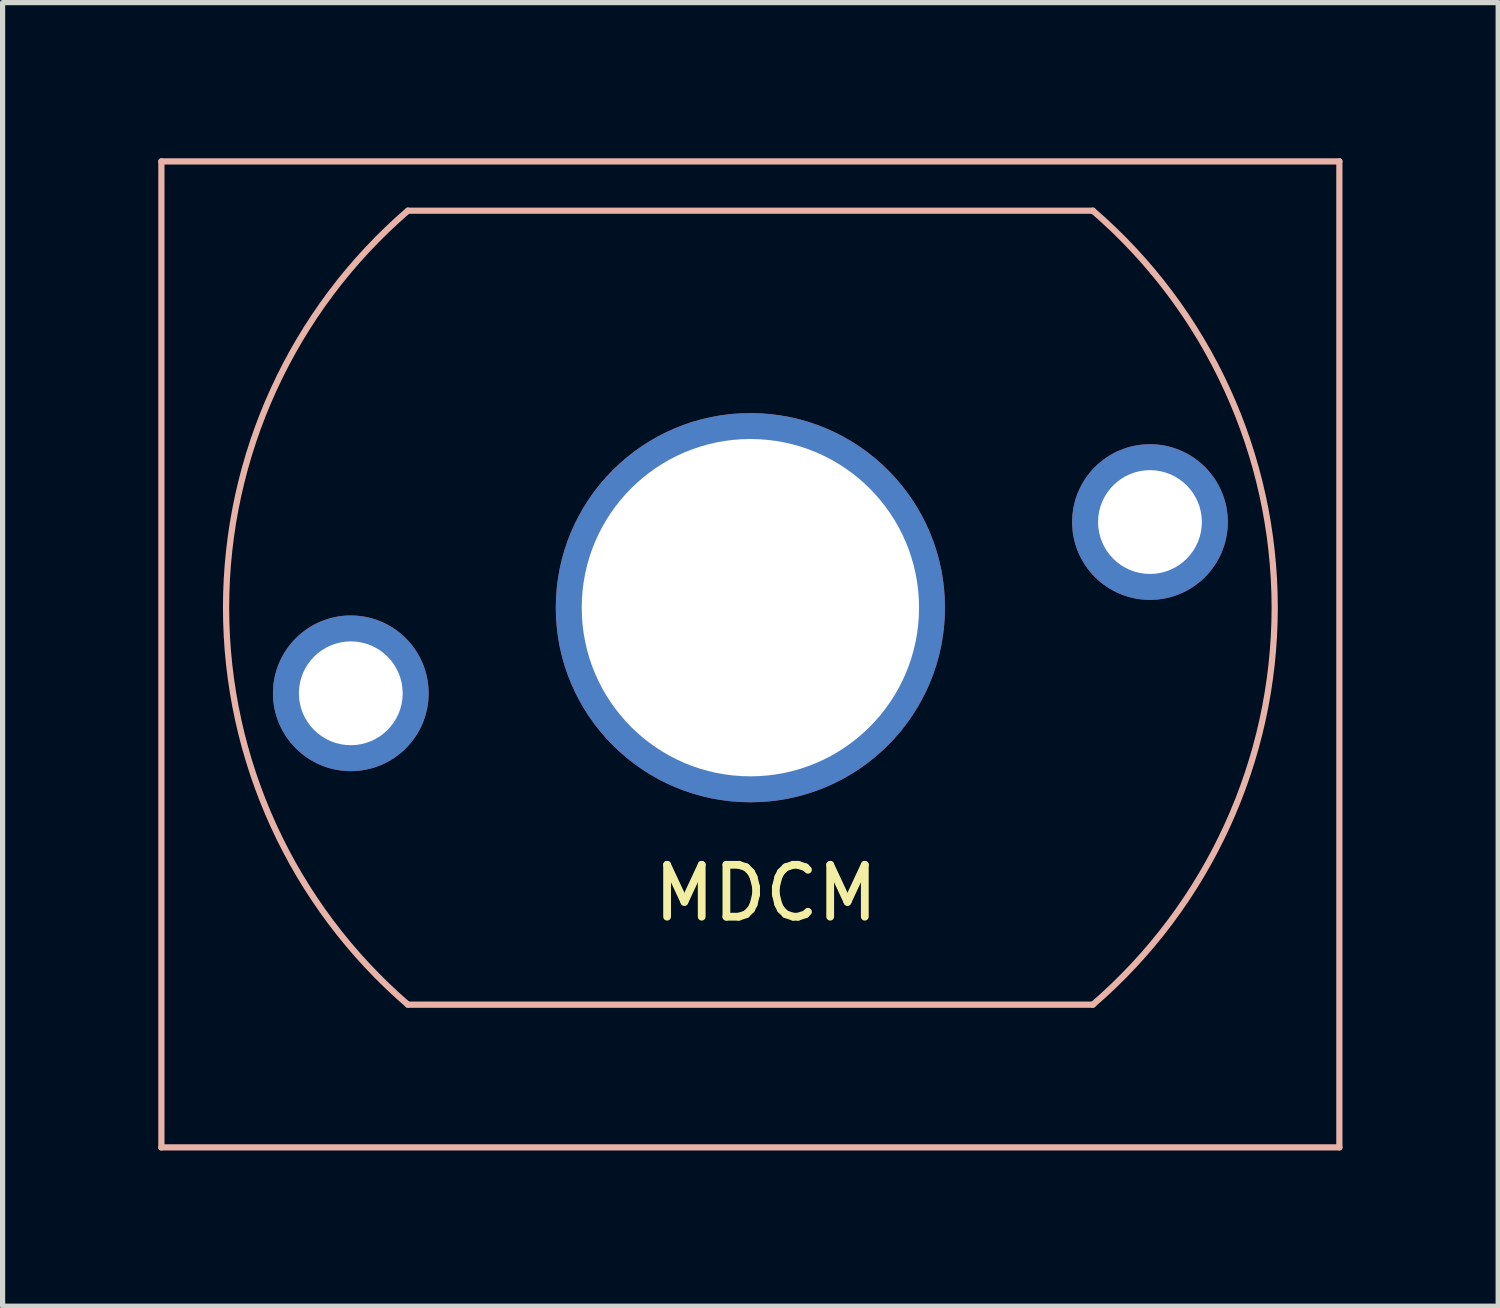
<source format=kicad_pcb>
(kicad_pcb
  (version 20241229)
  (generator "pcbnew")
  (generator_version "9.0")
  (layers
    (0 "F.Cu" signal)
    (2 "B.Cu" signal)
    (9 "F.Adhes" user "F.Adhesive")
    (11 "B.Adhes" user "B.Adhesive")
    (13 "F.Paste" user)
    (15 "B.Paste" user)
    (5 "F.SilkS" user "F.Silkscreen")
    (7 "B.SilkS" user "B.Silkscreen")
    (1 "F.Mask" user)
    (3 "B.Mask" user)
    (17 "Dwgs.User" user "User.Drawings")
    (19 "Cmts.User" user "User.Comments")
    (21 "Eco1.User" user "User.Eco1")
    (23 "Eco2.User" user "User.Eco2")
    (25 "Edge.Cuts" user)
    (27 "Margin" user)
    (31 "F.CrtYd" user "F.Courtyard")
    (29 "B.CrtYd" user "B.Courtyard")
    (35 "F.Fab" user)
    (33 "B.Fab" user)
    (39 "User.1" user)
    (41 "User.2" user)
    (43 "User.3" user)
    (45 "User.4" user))
  (footprint "MDCM"
    (layer "F.Cu")
    (at 11.41 8.66)
    (property "Reference" "MDCM" (at 0.3 5.5 0) (layer "F.SilkS") (effects (font (size 1 1) (thickness 0.15))))
    (attr through_hole)
    (fp_line (start -11.35 -8.6) (end 11.35 -8.6) (stroke (width 0.12) (type solid)) (layer "B.SilkS"))
    (fp_line (start -11.35 10.4) (end -11.35 -8.6) (stroke (width 0.12) (type solid)) (layer "B.SilkS"))
    (fp_line (start -6.6 -7.65) (end 6.6 -7.65) (stroke (width 0.12) (type solid)) (layer "B.SilkS"))
    (fp_line (start -6.6 7.65) (end 6.6 7.65) (stroke (width 0.12) (type solid)) (layer "B.SilkS"))
    (fp_line (start 11.35 -8.6) (end 11.35 10.4) (stroke (width 0.12) (type solid)) (layer "B.SilkS"))
    (fp_line (start 11.35 10.4) (end -11.35 10.4) (stroke (width 0.12) (type solid)) (layer "B.SilkS"))
    (fp_arc (start -6.6 7.65) (mid -10.103588 0) (end -6.6 -7.65) (stroke (width 0.12) (type solid)) (layer "B.SilkS"))
    (fp_arc (start 6.6 -7.65) (mid 10.103588 0) (end 6.6 7.65) (stroke (width 0.12) (type solid)) (layer "B.SilkS"))
    (pad "1" thru_hole circle (at -7.7 1.65) (size 3 3) (drill 2) (layers "*.Cu" "*.Mask"))
    (pad "2" thru_hole circle (at 7.7 -1.65) (size 3 3) (drill 2) (layers "*.Cu" "*.Mask"))
    (pad "gnd" thru_hole circle (at 0 0) (size 7.5 7.5) (drill 6.5) (layers "*.Cu" "*.Mask")))
  (gr_rect
    (start -3 -3)
    (end 25.82 22.12)
    (stroke (width 0.1) (type default))
    (fill no)
    (layer "Edge.Cuts")))
</source>
